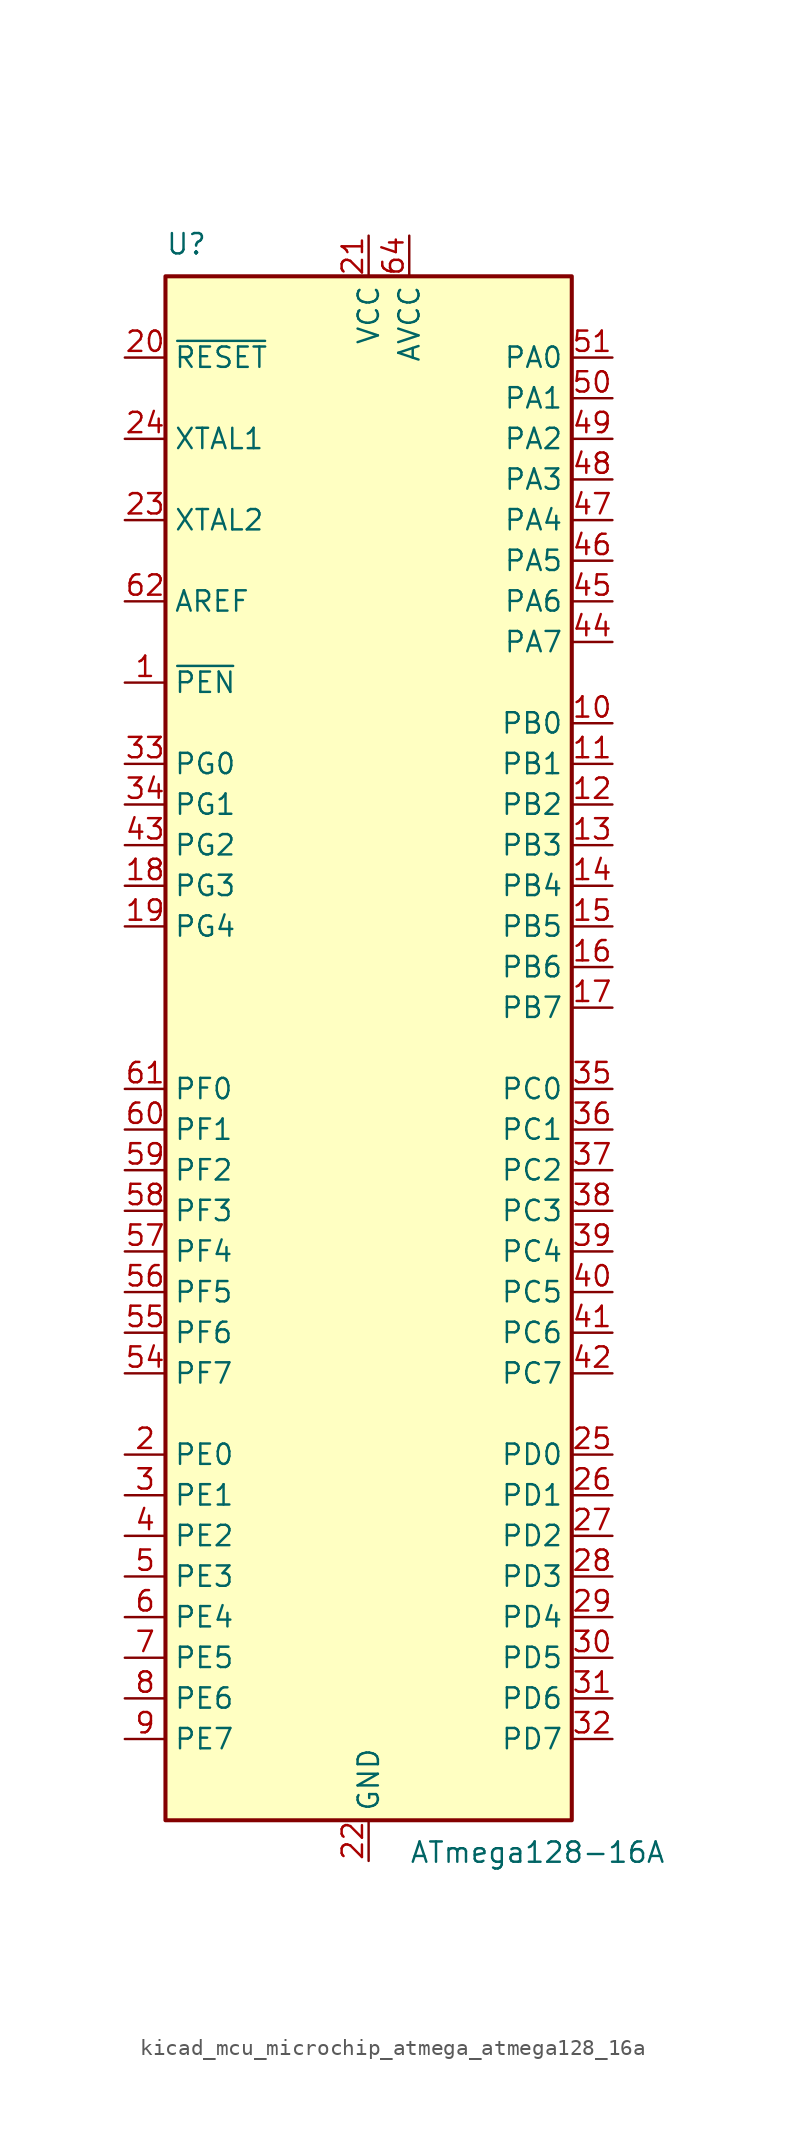
<source format=kicad_sym>
(kicad_symbol_lib
  (version 20220914)
  (generator kicad_symbol_editor)
  (symbol "kicad_mcu_microchip_atmega_atmega128_16a"
    (property "Reference" "U"
      (at -12.7 49.53 0)
      (effects (font (size 1.27 1.27)) (justify left bottom)))
    (property "Value" "ATmega128-16A"
      (at 2.54 -49.53 0)
      (effects (font (size 1.27 1.27)) (justify left top)))
    (symbol "kicad_mcu_microchip_atmega_atmega128_16a_0_1"
      (rectangle (start -12.7 -48.26) (end 12.7 48.26) (stroke (width 0.254) (type default)) (fill (type background))))
    (symbol "kicad_mcu_microchip_atmega_atmega128_16a_1_1"
      (pin input line (at -15.24 22.86 0) (length 2.54) (name "~{PEN}" (effects (font (size 1.27 1.27)))) (number "1" (effects (font (size 1.27 1.27)))))
      (pin bidirectional line (at 15.24 20.32 180) (length 2.54) (name "PB0" (effects (font (size 1.27 1.27)))) (number "10" (effects (font (size 1.27 1.27)))))
      (pin bidirectional line (at 15.24 17.78 180) (length 2.54) (name "PB1" (effects (font (size 1.27 1.27)))) (number "11" (effects (font (size 1.27 1.27)))))
      (pin bidirectional line (at 15.24 15.24 180) (length 2.54) (name "PB2" (effects (font (size 1.27 1.27)))) (number "12" (effects (font (size 1.27 1.27)))))
      (pin bidirectional line (at 15.24 12.7 180) (length 2.54) (name "PB3" (effects (font (size 1.27 1.27)))) (number "13" (effects (font (size 1.27 1.27)))))
      (pin bidirectional line (at 15.24 10.16 180) (length 2.54) (name "PB4" (effects (font (size 1.27 1.27)))) (number "14" (effects (font (size 1.27 1.27)))))
      (pin bidirectional line (at 15.24 7.62 180) (length 2.54) (name "PB5" (effects (font (size 1.27 1.27)))) (number "15" (effects (font (size 1.27 1.27)))))
      (pin bidirectional line (at 15.24 5.08 180) (length 2.54) (name "PB6" (effects (font (size 1.27 1.27)))) (number "16" (effects (font (size 1.27 1.27)))))
      (pin bidirectional line (at 15.24 2.54 180) (length 2.54) (name "PB7" (effects (font (size 1.27 1.27)))) (number "17" (effects (font (size 1.27 1.27)))))
      (pin bidirectional line (at -15.24 10.16 0) (length 2.54) (name "PG3" (effects (font (size 1.27 1.27)))) (number "18" (effects (font (size 1.27 1.27)))))
      (pin bidirectional line (at -15.24 7.62 0) (length 2.54) (name "PG4" (effects (font (size 1.27 1.27)))) (number "19" (effects (font (size 1.27 1.27)))))
      (pin bidirectional line (at -15.24 -25.4 0) (length 2.54) (name "PE0" (effects (font (size 1.27 1.27)))) (number "2" (effects (font (size 1.27 1.27)))))
      (pin input line (at -15.24 43.18 0) (length 2.54) (name "~{RESET}" (effects (font (size 1.27 1.27)))) (number "20" (effects (font (size 1.27 1.27)))))
      (pin power_in line (at 0 50.8 270) (length 2.54) (name "VCC" (effects (font (size 1.27 1.27)))) (number "21" (effects (font (size 1.27 1.27)))))
      (pin power_in line (at 0 -50.8 90) (length 2.54) (name "GND" (effects (font (size 1.27 1.27)))) (number "22" (effects (font (size 1.27 1.27)))))
      (pin output line (at -15.24 33.02 0) (length 2.54) (name "XTAL2" (effects (font (size 1.27 1.27)))) (number "23" (effects (font (size 1.27 1.27)))))
      (pin input line (at -15.24 38.1 0) (length 2.54) (name "XTAL1" (effects (font (size 1.27 1.27)))) (number "24" (effects (font (size 1.27 1.27)))))
      (pin bidirectional line (at 15.24 -25.4 180) (length 2.54) (name "PD0" (effects (font (size 1.27 1.27)))) (number "25" (effects (font (size 1.27 1.27)))))
      (pin bidirectional line (at 15.24 -27.94 180) (length 2.54) (name "PD1" (effects (font (size 1.27 1.27)))) (number "26" (effects (font (size 1.27 1.27)))))
      (pin bidirectional line (at 15.24 -30.48 180) (length 2.54) (name "PD2" (effects (font (size 1.27 1.27)))) (number "27" (effects (font (size 1.27 1.27)))))
      (pin bidirectional line (at 15.24 -33.02 180) (length 2.54) (name "PD3" (effects (font (size 1.27 1.27)))) (number "28" (effects (font (size 1.27 1.27)))))
      (pin bidirectional line (at 15.24 -35.56 180) (length 2.54) (name "PD4" (effects (font (size 1.27 1.27)))) (number "29" (effects (font (size 1.27 1.27)))))
      (pin bidirectional line (at -15.24 -27.94 0) (length 2.54) (name "PE1" (effects (font (size 1.27 1.27)))) (number "3" (effects (font (size 1.27 1.27)))))
      (pin bidirectional line (at 15.24 -38.1 180) (length 2.54) (name "PD5" (effects (font (size 1.27 1.27)))) (number "30" (effects (font (size 1.27 1.27)))))
      (pin bidirectional line (at 15.24 -40.64 180) (length 2.54) (name "PD6" (effects (font (size 1.27 1.27)))) (number "31" (effects (font (size 1.27 1.27)))))
      (pin bidirectional line (at 15.24 -43.18 180) (length 2.54) (name "PD7" (effects (font (size 1.27 1.27)))) (number "32" (effects (font (size 1.27 1.27)))))
      (pin bidirectional line (at -15.24 17.78 0) (length 2.54) (name "PG0" (effects (font (size 1.27 1.27)))) (number "33" (effects (font (size 1.27 1.27)))))
      (pin bidirectional line (at -15.24 15.24 0) (length 2.54) (name "PG1" (effects (font (size 1.27 1.27)))) (number "34" (effects (font (size 1.27 1.27)))))
      (pin bidirectional line (at 15.24 -2.54 180) (length 2.54) (name "PC0" (effects (font (size 1.27 1.27)))) (number "35" (effects (font (size 1.27 1.27)))))
      (pin bidirectional line (at 15.24 -5.08 180) (length 2.54) (name "PC1" (effects (font (size 1.27 1.27)))) (number "36" (effects (font (size 1.27 1.27)))))
      (pin bidirectional line (at 15.24 -7.62 180) (length 2.54) (name "PC2" (effects (font (size 1.27 1.27)))) (number "37" (effects (font (size 1.27 1.27)))))
      (pin bidirectional line (at 15.24 -10.16 180) (length 2.54) (name "PC3" (effects (font (size 1.27 1.27)))) (number "38" (effects (font (size 1.27 1.27)))))
      (pin bidirectional line (at 15.24 -12.7 180) (length 2.54) (name "PC4" (effects (font (size 1.27 1.27)))) (number "39" (effects (font (size 1.27 1.27)))))
      (pin bidirectional line (at -15.24 -30.48 0) (length 2.54) (name "PE2" (effects (font (size 1.27 1.27)))) (number "4" (effects (font (size 1.27 1.27)))))
      (pin bidirectional line (at 15.24 -15.24 180) (length 2.54) (name "PC5" (effects (font (size 1.27 1.27)))) (number "40" (effects (font (size 1.27 1.27)))))
      (pin bidirectional line (at 15.24 -17.78 180) (length 2.54) (name "PC6" (effects (font (size 1.27 1.27)))) (number "41" (effects (font (size 1.27 1.27)))))
      (pin bidirectional line (at 15.24 -20.32 180) (length 2.54) (name "PC7" (effects (font (size 1.27 1.27)))) (number "42" (effects (font (size 1.27 1.27)))))
      (pin bidirectional line (at -15.24 12.7 0) (length 2.54) (name "PG2" (effects (font (size 1.27 1.27)))) (number "43" (effects (font (size 1.27 1.27)))))
      (pin bidirectional line (at 15.24 25.4 180) (length 2.54) (name "PA7" (effects (font (size 1.27 1.27)))) (number "44" (effects (font (size 1.27 1.27)))))
      (pin bidirectional line (at 15.24 27.94 180) (length 2.54) (name "PA6" (effects (font (size 1.27 1.27)))) (number "45" (effects (font (size 1.27 1.27)))))
      (pin bidirectional line (at 15.24 30.48 180) (length 2.54) (name "PA5" (effects (font (size 1.27 1.27)))) (number "46" (effects (font (size 1.27 1.27)))))
      (pin bidirectional line (at 15.24 33.02 180) (length 2.54) (name "PA4" (effects (font (size 1.27 1.27)))) (number "47" (effects (font (size 1.27 1.27)))))
      (pin bidirectional line (at 15.24 35.56 180) (length 2.54) (name "PA3" (effects (font (size 1.27 1.27)))) (number "48" (effects (font (size 1.27 1.27)))))
      (pin bidirectional line (at 15.24 38.1 180) (length 2.54) (name "PA2" (effects (font (size 1.27 1.27)))) (number "49" (effects (font (size 1.27 1.27)))))
      (pin bidirectional line (at -15.24 -33.02 0) (length 2.54) (name "PE3" (effects (font (size 1.27 1.27)))) (number "5" (effects (font (size 1.27 1.27)))))
      (pin bidirectional line (at 15.24 40.64 180) (length 2.54) (name "PA1" (effects (font (size 1.27 1.27)))) (number "50" (effects (font (size 1.27 1.27)))))
      (pin bidirectional line (at 15.24 43.18 180) (length 2.54) (name "PA0" (effects (font (size 1.27 1.27)))) (number "51" (effects (font (size 1.27 1.27)))))
      (pin passive line (at 0 50.8 270) (length 2.54) hide (name "VCC" (effects (font (size 1.27 1.27)))) (number "52" (effects (font (size 1.27 1.27)))))
      (pin passive line (at 0 -50.8 90) (length 2.54) hide (name "GND" (effects (font (size 1.27 1.27)))) (number "53" (effects (font (size 1.27 1.27)))))
      (pin bidirectional line (at -15.24 -20.32 0) (length 2.54) (name "PF7" (effects (font (size 1.27 1.27)))) (number "54" (effects (font (size 1.27 1.27)))))
      (pin bidirectional line (at -15.24 -17.78 0) (length 2.54) (name "PF6" (effects (font (size 1.27 1.27)))) (number "55" (effects (font (size 1.27 1.27)))))
      (pin bidirectional line (at -15.24 -15.24 0) (length 2.54) (name "PF5" (effects (font (size 1.27 1.27)))) (number "56" (effects (font (size 1.27 1.27)))))
      (pin bidirectional line (at -15.24 -12.7 0) (length 2.54) (name "PF4" (effects (font (size 1.27 1.27)))) (number "57" (effects (font (size 1.27 1.27)))))
      (pin bidirectional line (at -15.24 -10.16 0) (length 2.54) (name "PF3" (effects (font (size 1.27 1.27)))) (number "58" (effects (font (size 1.27 1.27)))))
      (pin bidirectional line (at -15.24 -7.62 0) (length 2.54) (name "PF2" (effects (font (size 1.27 1.27)))) (number "59" (effects (font (size 1.27 1.27)))))
      (pin bidirectional line (at -15.24 -35.56 0) (length 2.54) (name "PE4" (effects (font (size 1.27 1.27)))) (number "6" (effects (font (size 1.27 1.27)))))
      (pin bidirectional line (at -15.24 -5.08 0) (length 2.54) (name "PF1" (effects (font (size 1.27 1.27)))) (number "60" (effects (font (size 1.27 1.27)))))
      (pin bidirectional line (at -15.24 -2.54 0) (length 2.54) (name "PF0" (effects (font (size 1.27 1.27)))) (number "61" (effects (font (size 1.27 1.27)))))
      (pin passive line (at -15.24 27.94 0) (length 2.54) (name "AREF" (effects (font (size 1.27 1.27)))) (number "62" (effects (font (size 1.27 1.27)))))
      (pin passive line (at 0 -50.8 90) (length 2.54) hide (name "GND" (effects (font (size 1.27 1.27)))) (number "63" (effects (font (size 1.27 1.27)))))
      (pin power_in line (at 2.54 50.8 270) (length 2.54) (name "AVCC" (effects (font (size 1.27 1.27)))) (number "64" (effects (font (size 1.27 1.27)))))
      (pin bidirectional line (at -15.24 -38.1 0) (length 2.54) (name "PE5" (effects (font (size 1.27 1.27)))) (number "7" (effects (font (size 1.27 1.27)))))
      (pin bidirectional line (at -15.24 -40.64 0) (length 2.54) (name "PE6" (effects (font (size 1.27 1.27)))) (number "8" (effects (font (size 1.27 1.27)))))
      (pin bidirectional line (at -15.24 -43.18 0) (length 2.54) (name "PE7" (effects (font (size 1.27 1.27)))) (number "9" (effects (font (size 1.27 1.27))))))))
</source>
